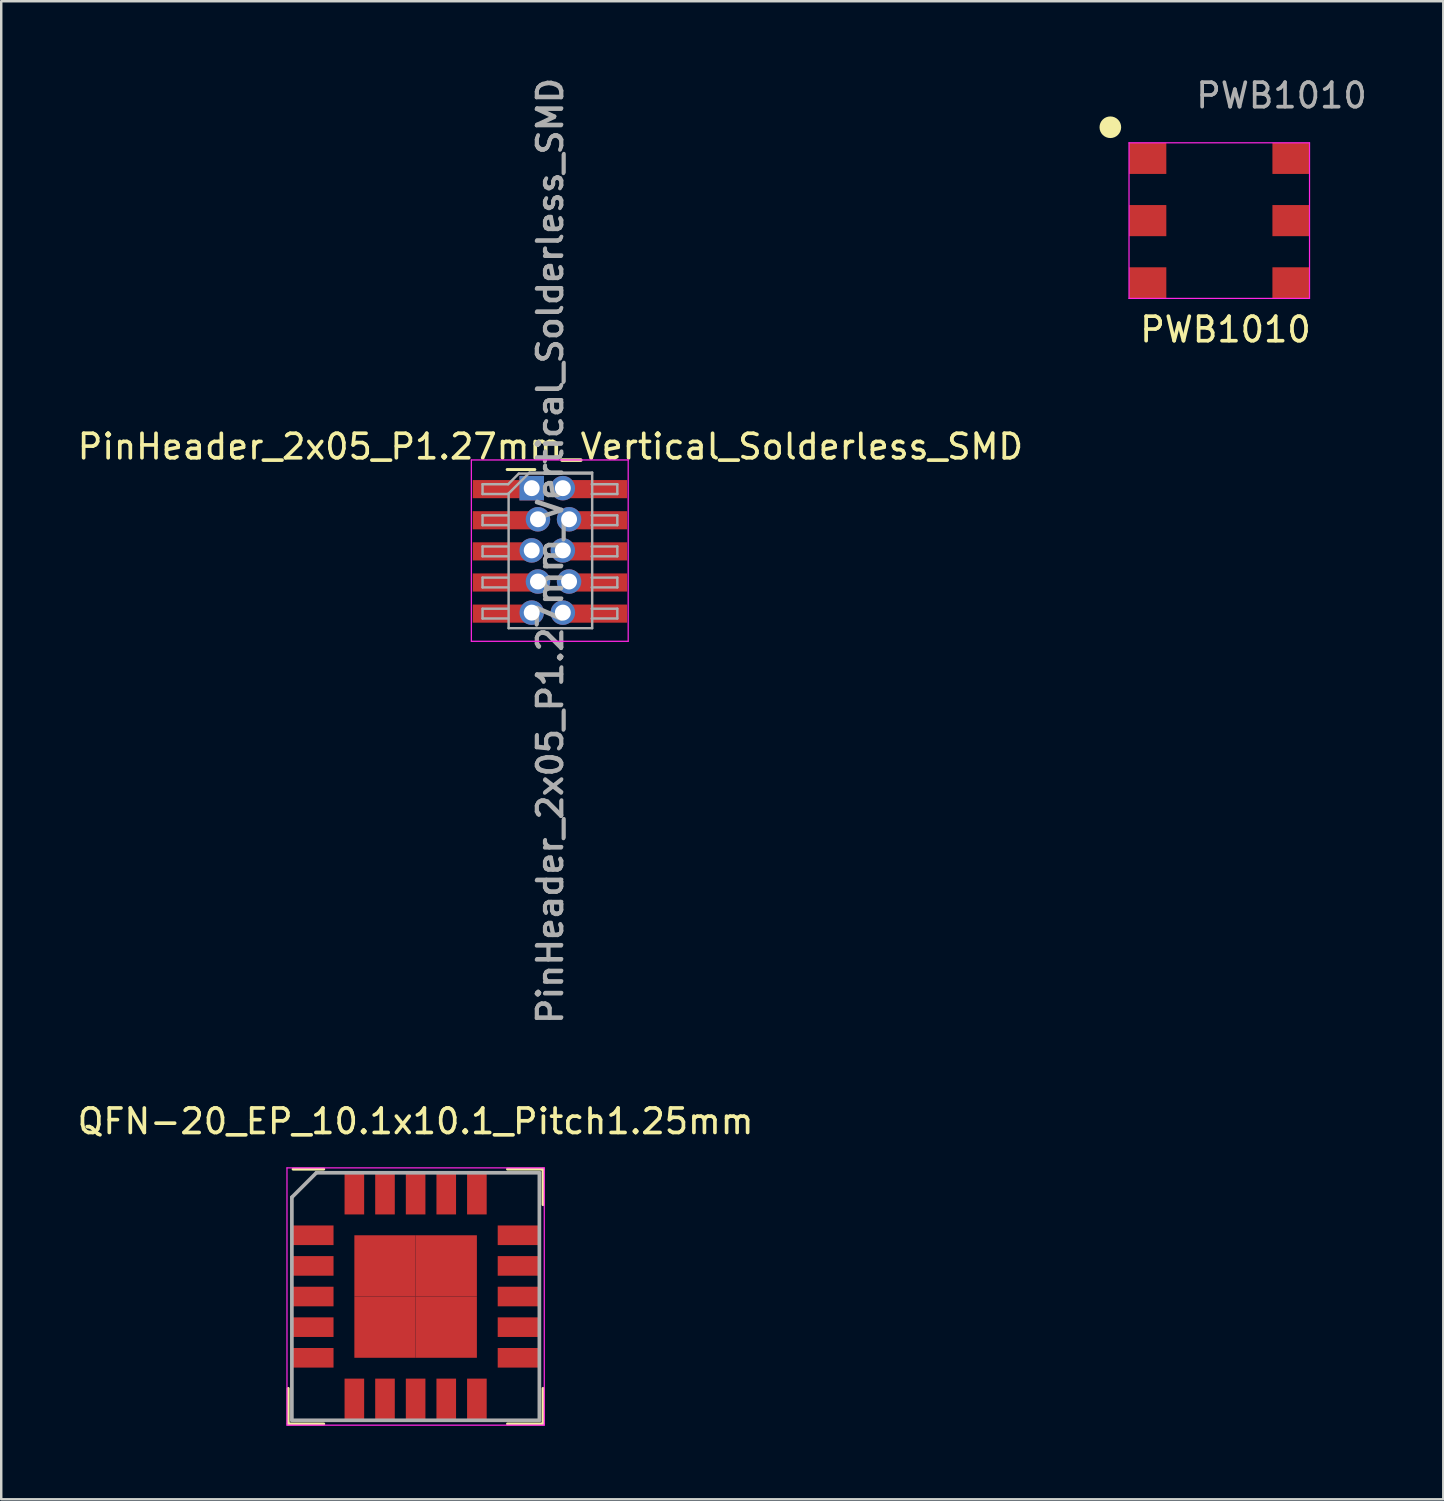
<source format=kicad_pcb>
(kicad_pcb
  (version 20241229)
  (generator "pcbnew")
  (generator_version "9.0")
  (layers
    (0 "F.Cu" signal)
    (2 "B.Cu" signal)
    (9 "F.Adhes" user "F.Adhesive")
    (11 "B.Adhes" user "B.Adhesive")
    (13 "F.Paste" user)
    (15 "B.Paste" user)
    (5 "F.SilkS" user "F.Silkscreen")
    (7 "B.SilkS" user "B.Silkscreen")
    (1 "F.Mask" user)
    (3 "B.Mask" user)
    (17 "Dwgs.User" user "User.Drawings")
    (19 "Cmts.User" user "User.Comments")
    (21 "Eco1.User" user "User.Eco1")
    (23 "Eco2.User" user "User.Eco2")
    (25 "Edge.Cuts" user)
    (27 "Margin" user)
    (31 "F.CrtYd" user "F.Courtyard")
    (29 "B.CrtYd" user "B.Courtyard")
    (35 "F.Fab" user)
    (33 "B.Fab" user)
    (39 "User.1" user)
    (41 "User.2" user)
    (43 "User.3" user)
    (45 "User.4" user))
  (footprint "PWB1010"
    (layer "F.Cu")
    (at 46.707 5.928)
    (property "Reference" "PWB1010" (at 0.254 4.47 0) (unlocked yes) (layer "F.SilkS") (effects (font (size 1 1) (thickness 0.15))))
    (attr smd)
    (fp_circle (center -4.445 -3.785) (end -4.064 -3.785) (stroke (width 0.12) (type solid)) (fill yes) (layer "F.SilkS"))
    (fp_line (start -3.683 -3.15) (end -3.683 3.2) (stroke (width 0.05) (type solid)) (layer "F.CrtYd"))
    (fp_line (start -3.683 3.2) (end 3.683 3.2) (stroke (width 0.05) (type solid)) (layer "F.CrtYd"))
    (fp_line (start 3.683 -3.15) (end -3.683 -3.15) (stroke (width 0.05) (type solid)) (layer "F.CrtYd"))
    (fp_line (start 3.683 3.2) (end 3.683 -3.15) (stroke (width 0.05) (type solid)) (layer "F.CrtYd"))
    (fp_text user "${REFERENCE}" (at 2.54 -5.08 0) (unlocked yes) (layer "F.Fab") (effects (font (size 1 1) (thickness 0.15))))
    (pad "1" smd rect (at -2.921 -2.515) (size 1.52 1.27) (layers "F.Cu" "F.Mask" "F.Paste"))
    (pad "2" smd rect (at -2.921 0.025) (size 1.52 1.27) (layers "F.Cu" "F.Mask" "F.Paste"))
    (pad "3" smd rect (at -2.921 2.565) (size 1.52 1.27) (layers "F.Cu" "F.Mask" "F.Paste"))
    (pad "4" smd rect (at 2.929 2.565) (size 1.52 1.27) (layers "F.Cu" "F.Mask" "F.Paste"))
    (pad "5" smd rect (at 2.929 0.025) (size 1.52 1.27) (layers "F.Cu" "F.Mask" "F.Paste"))
    (pad "6" smd rect (at 2.929 -2.515) (size 1.52 1.27) (layers "F.Cu" "F.Mask" "F.Paste")))
  (footprint "QFN-20_EP_10.1x10.1_Pitch1.25mm"
    (layer "F.Cu")
    (at 13.911 49.86)
    (property "Reference" "QFN-20_EP_10.1x10.1_Pitch1.25mm" (at 0 -7.15 0) (layer "F.SilkS") (effects (font (size 1 1) (thickness 0.15))))
    (attr smd)
    (fp_line (start -5.2 5.2) (end -5.2 3.75) (stroke (width 0.12) (type solid)) (layer "F.SilkS"))
    (fp_line (start -3.75 -5.2) (end -5 -5.2) (stroke (width 0.12) (type solid)) (layer "F.SilkS"))
    (fp_line (start -3.75 5.2) (end -5.2 5.2) (stroke (width 0.12) (type solid)) (layer "F.SilkS"))
    (fp_line (start 3.75 -5.2) (end 5.2 -5.2) (stroke (width 0.12) (type solid)) (layer "F.SilkS"))
    (fp_line (start 3.75 5.2) (end 5.2 5.2) (stroke (width 0.12) (type solid)) (layer "F.SilkS"))
    (fp_line (start 5.2 -5.2) (end 5.2 -3.75) (stroke (width 0.12) (type solid)) (layer "F.SilkS"))
    (fp_line (start 5.2 5.2) (end 5.2 3.75) (stroke (width 0.12) (type solid)) (layer "F.SilkS"))
    (fp_line (start -5.25 -5.25) (end 5.25 -5.25) (stroke (width 0.05) (type solid)) (layer "F.CrtYd"))
    (fp_line (start -5.25 5.25) (end -5.25 -5.25) (stroke (width 0.05) (type solid)) (layer "F.CrtYd"))
    (fp_line (start 5.25 -5.25) (end 5.25 5.25) (stroke (width 0.05) (type solid)) (layer "F.CrtYd"))
    (fp_line (start 5.25 5.25) (end -5.25 5.25) (stroke (width 0.05) (type solid)) (layer "F.CrtYd"))
    (fp_line (start -5.05 -4.05) (end -5.05 5.05) (stroke (width 0.15) (type solid)) (layer "F.Fab"))
    (fp_line (start -5.05 5.05) (end 5.05 5.05) (stroke (width 0.15) (type solid)) (layer "F.Fab"))
    (fp_line (start -4.05 -5.05) (end -5.05 -4.05) (stroke (width 0.15) (type solid)) (layer "F.Fab"))
    (fp_line (start 5.05 -5.05) (end -4.05 -5.05) (stroke (width 0.15) (type solid)) (layer "F.Fab"))
    (fp_line (start 5.05 5.05) (end 5.05 -5.05) (stroke (width 0.15) (type solid)) (layer "F.Fab"))
    (pad "1" smd rect (at -4.2 -2.5 90) (size 0.8 1.7) (layers "F.Cu" "F.Mask" "F.Paste"))
    (pad "2" smd rect (at -4.2 -1.25 90) (size 0.8 1.7) (layers "F.Cu" "F.Mask" "F.Paste"))
    (pad "3" smd rect (at -4.2 0 90) (size 0.8 1.7) (layers "F.Cu" "F.Mask" "F.Paste"))
    (pad "4" smd rect (at -4.2 1.25 90) (size 0.8 1.7) (layers "F.Cu" "F.Mask" "F.Paste"))
    (pad "5" smd rect (at -4.2 2.5 90) (size 0.8 1.7) (layers "F.Cu" "F.Mask" "F.Paste"))
    (pad "6" smd rect (at -2.5 4.2) (size 0.8 1.7) (layers "F.Cu" "F.Mask" "F.Paste"))
    (pad "7" smd rect (at -1.25 4.2) (size 0.8 1.7) (layers "F.Cu" "F.Mask" "F.Paste"))
    (pad "8" smd rect (at 0 4.2) (size 0.8 1.7) (layers "F.Cu" "F.Mask" "F.Paste"))
    (pad "9" smd rect (at 1.25 4.2) (size 0.8 1.7) (layers "F.Cu" "F.Mask" "F.Paste"))
    (pad "10" smd rect (at 2.5 4.2) (size 0.8 1.7) (layers "F.Cu" "F.Mask" "F.Paste"))
    (pad "11" smd rect (at 4.2 2.5 90) (size 0.8 1.7) (layers "F.Cu" "F.Mask" "F.Paste"))
    (pad "12" smd rect (at 4.2 1.25 90) (size 0.8 1.7) (layers "F.Cu" "F.Mask" "F.Paste"))
    (pad "13" smd rect (at 4.2 0 90) (size 0.8 1.7) (layers "F.Cu" "F.Mask" "F.Paste"))
    (pad "14" smd rect (at 4.2 -1.25 90) (size 0.8 1.7) (layers "F.Cu" "F.Mask" "F.Paste"))
    (pad "15" smd rect (at 4.2 -2.5 90) (size 0.8 1.7) (layers "F.Cu" "F.Mask" "F.Paste"))
    (pad "16" smd rect (at 2.5 -4.2) (size 0.8 1.7) (layers "F.Cu" "F.Mask" "F.Paste"))
    (pad "17" smd rect (at 1.25 -4.2) (size 0.8 1.7) (layers "F.Cu" "F.Mask" "F.Paste"))
    (pad "18" smd rect (at 0 -4.2) (size 0.8 1.7) (layers "F.Cu" "F.Mask" "F.Paste"))
    (pad "19" smd rect (at -1.25 -4.2) (size 0.8 1.7) (layers "F.Cu" "F.Mask" "F.Paste"))
    (pad "20" smd rect (at -2.5 -4.2) (size 0.8 1.7) (layers "F.Cu" "F.Mask" "F.Paste"))
    (pad "21" smd rect (at -1.25 -1.25) (size 2.5 2.5) (layers "F.Cu" "F.Mask" "F.Paste"))
    (pad "21" smd rect (at -1.25 1.25) (size 2.5 2.5) (layers "F.Cu" "F.Mask" "F.Paste"))
    (pad "21" smd rect (at 1.25 -1.25) (size 2.5 2.5) (layers "F.Cu" "F.Mask" "F.Paste"))
    (pad "21" smd rect (at 1.25 1.25) (size 2.5 2.5) (layers "F.Cu" "F.Mask" "F.Paste")))
  (footprint "PinHeader_2x05_P1.27mm_Vertical_Solderless_SMD"
    (layer "F.Cu")
    (at 18.776 16.871)
    (property "Reference" "PinHeader_2x05_P1.27mm_Vertical_Solderless_SMD" (at 0.635 -1.695 0) (layer "F.SilkS") (effects (font (size 1 1) (thickness 0.15))))
    (attr through_hole)
    (fp_line (start -1.13 -0.76) (end 0 -0.76) (stroke (width 0.12) (type solid)) (layer "F.SilkS"))
    (fp_line (start -2.591 -1.15) (end -2.591 6.25) (stroke (width 0.05) (type solid)) (layer "F.CrtYd"))
    (fp_line (start -2.591 6.25) (end 3.81 6.25) (stroke (width 0.05) (type solid)) (layer "F.CrtYd"))
    (fp_line (start 3.81 -1.15) (end -2.591 -1.15) (stroke (width 0.05) (type solid)) (layer "F.CrtYd"))
    (fp_line (start 3.81 6.25) (end 3.81 -1.15) (stroke (width 0.05) (type solid)) (layer "F.CrtYd"))
    (fp_line (start -2.134 -0.16) (end -2.134 0.24) (stroke (width 0.1) (type solid)) (layer "F.Fab"))
    (fp_line (start -2.134 0.24) (end -1.089 0.24) (stroke (width 0.1) (type solid)) (layer "F.Fab"))
    (fp_line (start -2.134 1.11) (end -2.134 1.51) (stroke (width 0.1) (type solid)) (layer "F.Fab"))
    (fp_line (start -2.134 1.51) (end -1.089 1.51) (stroke (width 0.1) (type solid)) (layer "F.Fab"))
    (fp_line (start -2.134 2.38) (end -2.134 2.78) (stroke (width 0.1) (type solid)) (layer "F.Fab"))
    (fp_line (start -2.134 2.78) (end -1.089 2.78) (stroke (width 0.1) (type solid)) (layer "F.Fab"))
    (fp_line (start -2.134 3.65) (end -2.134 4.05) (stroke (width 0.1) (type solid)) (layer "F.Fab"))
    (fp_line (start -2.134 4.05) (end -1.089 4.05) (stroke (width 0.1) (type solid)) (layer "F.Fab"))
    (fp_line (start -2.134 4.92) (end -2.134 5.32) (stroke (width 0.1) (type solid)) (layer "F.Fab"))
    (fp_line (start -2.134 5.32) (end -1.089 5.32) (stroke (width 0.1) (type solid)) (layer "F.Fab"))
    (fp_line (start -1.089 -0.16) (end -2.134 -0.16) (stroke (width 0.1) (type solid)) (layer "F.Fab"))
    (fp_line (start -1.089 -0.16) (end -0.654 -0.595) (stroke (width 0.1) (type solid)) (layer "F.Fab"))
    (fp_line (start -1.089 1.11) (end -2.134 1.11) (stroke (width 0.1) (type solid)) (layer "F.Fab"))
    (fp_line (start -1.089 2.38) (end -2.134 2.38) (stroke (width 0.1) (type solid)) (layer "F.Fab"))
    (fp_line (start -1.089 3.65) (end -2.134 3.65) (stroke (width 0.1) (type solid)) (layer "F.Fab"))
    (fp_line (start -1.089 4.92) (end -2.134 4.92) (stroke (width 0.1) (type solid)) (layer "F.Fab"))
    (fp_line (start -1.07 0.217) (end -0.217 -0.635) (stroke (width 0.1) (type solid)) (layer "F.Fab"))
    (fp_line (start -1.07 5.715) (end -1.07 0.217) (stroke (width 0.1) (type solid)) (layer "F.Fab"))
    (fp_line (start -0.654 -0.595) (end 2.321 -0.595) (stroke (width 0.1) (type solid)) (layer "F.Fab"))
    (fp_line (start -0.217 -0.635) (end 2.34 -0.635) (stroke (width 0.1) (type solid)) (layer "F.Fab"))
    (fp_line (start 2.321 -0.16) (end 3.366 -0.16) (stroke (width 0.1) (type solid)) (layer "F.Fab"))
    (fp_line (start 2.321 1.11) (end 3.366 1.11) (stroke (width 0.1) (type solid)) (layer "F.Fab"))
    (fp_line (start 2.321 2.38) (end 3.366 2.38) (stroke (width 0.1) (type solid)) (layer "F.Fab"))
    (fp_line (start 2.321 3.65) (end 3.366 3.65) (stroke (width 0.1) (type solid)) (layer "F.Fab"))
    (fp_line (start 2.321 4.92) (end 3.366 4.92) (stroke (width 0.1) (type solid)) (layer "F.Fab"))
    (fp_line (start 2.34 -0.635) (end 2.34 5.715) (stroke (width 0.1) (type solid)) (layer "F.Fab"))
    (fp_line (start 2.34 5.715) (end -1.07 5.715) (stroke (width 0.1) (type solid)) (layer "F.Fab"))
    (fp_line (start 3.366 -0.16) (end 3.366 0.24) (stroke (width 0.1) (type solid)) (layer "F.Fab"))
    (fp_line (start 3.366 0.24) (end 2.321 0.24) (stroke (width 0.1) (type solid)) (layer "F.Fab"))
    (fp_line (start 3.366 1.11) (end 3.366 1.51) (stroke (width 0.1) (type solid)) (layer "F.Fab"))
    (fp_line (start 3.366 1.51) (end 2.321 1.51) (stroke (width 0.1) (type solid)) (layer "F.Fab"))
    (fp_line (start 3.366 2.38) (end 3.366 2.78) (stroke (width 0.1) (type solid)) (layer "F.Fab"))
    (fp_line (start 3.366 2.78) (end 2.321 2.78) (stroke (width 0.1) (type solid)) (layer "F.Fab"))
    (fp_line (start 3.366 3.65) (end 3.366 4.05) (stroke (width 0.1) (type solid)) (layer "F.Fab"))
    (fp_line (start 3.366 4.05) (end 2.321 4.05) (stroke (width 0.1) (type solid)) (layer "F.Fab"))
    (fp_line (start 3.366 4.92) (end 3.366 5.32) (stroke (width 0.1) (type solid)) (layer "F.Fab"))
    (fp_line (start 3.366 5.32) (end 2.321 5.32) (stroke (width 0.1) (type solid)) (layer "F.Fab"))
    (fp_text user "${REFERENCE}" (at 0.635 2.54 90) (layer "F.Fab") (effects (font (size 1 1) (thickness 0.15))))
    (fp_text user "${REFERENCE}" (at 0.616 2.58 90) (layer "F.Fab") (effects (font (size 1 1) (thickness 0.15))))
    (pad "1" smd rect (at -1.334 0.04) (size 2.4 0.74) (layers "F.Cu" "F.Mask" "F.Paste"))
    (pad "1" thru_hole rect (at -0.127 0) (size 1 1) (drill 0.65) (layers "*.Cu" "*.Mask"))
    (pad "2" thru_hole oval (at 1.143 0) (size 1 1) (drill 0.65) (layers "*.Cu" "*.Mask"))
    (pad "2" smd rect (at 2.566 0.04) (size 2.4 0.74) (layers "F.Cu" "F.Mask" "F.Paste"))
    (pad "3" smd rect (at -1.334 1.31) (size 2.4 0.74) (layers "F.Cu" "F.Mask" "F.Paste"))
    (pad "3" thru_hole oval (at 0.127 1.27) (size 1 1) (drill 0.65) (layers "*.Cu" "*.Mask"))
    (pad "4" thru_hole oval (at 1.397 1.27) (size 1 1) (drill 0.65) (layers "*.Cu" "*.Mask"))
    (pad "4" smd rect (at 2.566 1.31) (size 2.4 0.74) (layers "F.Cu" "F.Mask" "F.Paste"))
    (pad "5" smd rect (at -1.334 2.58) (size 2.4 0.74) (layers "F.Cu" "F.Mask" "F.Paste"))
    (pad "5" thru_hole oval (at -0.127 2.54) (size 1 1) (drill 0.65) (layers "*.Cu" "*.Mask"))
    (pad "6" thru_hole oval (at 1.143 2.54) (size 1 1) (drill 0.65) (layers "*.Cu" "*.Mask"))
    (pad "6" smd rect (at 2.566 2.58) (size 2.4 0.74) (layers "F.Cu" "F.Mask" "F.Paste"))
    (pad "7" smd rect (at -1.334 3.85) (size 2.4 0.74) (layers "F.Cu" "F.Mask" "F.Paste"))
    (pad "7" thru_hole oval (at 0.127 3.81) (size 1 1) (drill 0.65) (layers "*.Cu" "*.Mask"))
    (pad "8" thru_hole oval (at 1.397 3.81) (size 1 1) (drill 0.65) (layers "*.Cu" "*.Mask"))
    (pad "8" smd rect (at 2.566 3.85) (size 2.4 0.74) (layers "F.Cu" "F.Mask" "F.Paste"))
    (pad "9" smd rect (at -1.334 5.12) (size 2.4 0.74) (layers "F.Cu" "F.Mask" "F.Paste"))
    (pad "9" thru_hole oval (at -0.127 5.08) (size 1 1) (drill 0.65) (layers "*.Cu" "*.Mask"))
    (pad "10" thru_hole oval (at 1.143 5.08) (size 1 1) (drill 0.65) (layers "*.Cu" "*.Mask"))
    (pad "10" smd rect (at 2.566 5.12) (size 2.4 0.74) (layers "F.Cu" "F.Mask" "F.Paste")))
  (gr_rect
    (start -3 -3)
    (end 55.849 58.135)
    (stroke (width 0.1) (type default))
    (fill no)
    (layer "Edge.Cuts")))
</source>
